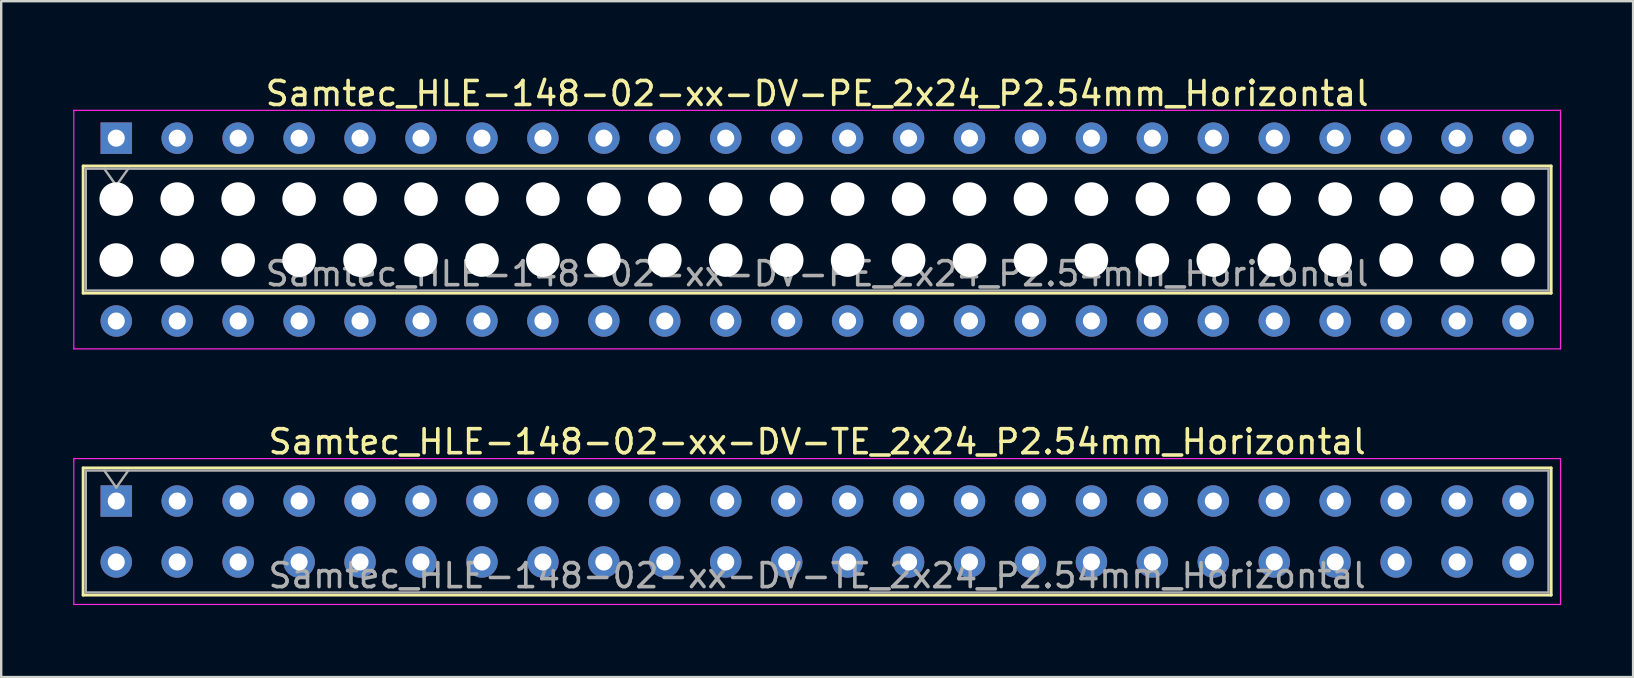
<source format=kicad_pcb>
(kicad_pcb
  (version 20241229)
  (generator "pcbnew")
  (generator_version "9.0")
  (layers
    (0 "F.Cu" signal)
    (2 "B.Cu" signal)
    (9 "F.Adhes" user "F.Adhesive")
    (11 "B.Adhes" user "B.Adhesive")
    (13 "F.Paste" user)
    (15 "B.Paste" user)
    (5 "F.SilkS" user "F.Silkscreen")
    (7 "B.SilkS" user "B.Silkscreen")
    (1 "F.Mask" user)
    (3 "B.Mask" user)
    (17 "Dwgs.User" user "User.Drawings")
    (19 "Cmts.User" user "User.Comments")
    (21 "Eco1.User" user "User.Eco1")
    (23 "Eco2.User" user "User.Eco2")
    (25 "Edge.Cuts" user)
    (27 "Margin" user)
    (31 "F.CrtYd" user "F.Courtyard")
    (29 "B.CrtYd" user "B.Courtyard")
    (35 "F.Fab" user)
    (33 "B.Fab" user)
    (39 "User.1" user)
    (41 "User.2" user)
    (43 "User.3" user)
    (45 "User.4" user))
  (footprint "Samtec_HLE-148-02-xx-DV-TE_2x24_P2.54mm_Horizontal"
    (layer "F.Cu")
    (at 1.795 17.831)
    (property "Reference" "Samtec_HLE-148-02-xx-DV-TE_2x24_P2.54mm_Horizontal" (at 29.21 -2.47 0) (layer "F.SilkS") (effects (font (size 1 1) (thickness 0.15))))
    (attr through_hole)
    (fp_line (start -1.38 -1.38) (end 59.8 -1.38) (stroke (width 0.12) (type solid)) (layer "F.SilkS"))
    (fp_line (start -1.38 3.92) (end -1.38 -1.38) (stroke (width 0.12) (type solid)) (layer "F.SilkS"))
    (fp_line (start 59.8 -1.38) (end 59.8 3.92) (stroke (width 0.12) (type solid)) (layer "F.SilkS"))
    (fp_line (start 59.8 3.92) (end -1.38 3.92) (stroke (width 0.12) (type solid)) (layer "F.SilkS"))
    (fp_line (start -1.77 -1.77) (end 60.19 -1.77) (stroke (width 0.05) (type solid)) (layer "F.CrtYd"))
    (fp_line (start -1.77 4.31) (end -1.77 -1.77) (stroke (width 0.05) (type solid)) (layer "F.CrtYd"))
    (fp_line (start 60.19 -1.77) (end 60.19 4.31) (stroke (width 0.05) (type solid)) (layer "F.CrtYd"))
    (fp_line (start 60.19 4.31) (end -1.77 4.31) (stroke (width 0.05) (type solid)) (layer "F.CrtYd"))
    (fp_line (start -1.27 -1.27) (end 59.69 -1.27) (stroke (width 0.1) (type solid)) (layer "F.Fab"))
    (fp_line (start -1.27 3.81) (end -1.27 -1.27) (stroke (width 0.1) (type solid)) (layer "F.Fab"))
    (fp_line (start -0.5 -1.27) (end 0 -0.563) (stroke (width 0.1) (type solid)) (layer "F.Fab"))
    (fp_line (start 0 -0.563) (end 0.5 -1.27) (stroke (width 0.1) (type solid)) (layer "F.Fab"))
    (fp_line (start 59.69 -1.27) (end 59.69 3.81) (stroke (width 0.1) (type solid)) (layer "F.Fab"))
    (fp_line (start 59.69 3.81) (end -1.27 3.81) (stroke (width 0.1) (type solid)) (layer "F.Fab"))
    (fp_text user "${REFERENCE}" (at 29.21 3.11 0) (layer "F.Fab") (effects (font (size 1 1) (thickness 0.15))))
    (pad "1" thru_hole rect (at 0 0) (size 1.31 1.31) (drill 0.71) (layers "*.Cu" "*.Mask"))
    (pad "2" thru_hole circle (at 0 2.54) (size 1.31 1.31) (drill 0.71) (layers "*.Cu" "*.Mask"))
    (pad "3" thru_hole circle (at 2.54 0) (size 1.31 1.31) (drill 0.71) (layers "*.Cu" "*.Mask"))
    (pad "4" thru_hole circle (at 2.54 2.54) (size 1.31 1.31) (drill 0.71) (layers "*.Cu" "*.Mask"))
    (pad "5" thru_hole circle (at 5.08 0) (size 1.31 1.31) (drill 0.71) (layers "*.Cu" "*.Mask"))
    (pad "6" thru_hole circle (at 5.08 2.54) (size 1.31 1.31) (drill 0.71) (layers "*.Cu" "*.Mask"))
    (pad "7" thru_hole circle (at 7.62 0) (size 1.31 1.31) (drill 0.71) (layers "*.Cu" "*.Mask"))
    (pad "8" thru_hole circle (at 7.62 2.54) (size 1.31 1.31) (drill 0.71) (layers "*.Cu" "*.Mask"))
    (pad "9" thru_hole circle (at 10.16 0) (size 1.31 1.31) (drill 0.71) (layers "*.Cu" "*.Mask"))
    (pad "10" thru_hole circle (at 10.16 2.54) (size 1.31 1.31) (drill 0.71) (layers "*.Cu" "*.Mask"))
    (pad "11" thru_hole circle (at 12.7 0) (size 1.31 1.31) (drill 0.71) (layers "*.Cu" "*.Mask"))
    (pad "12" thru_hole circle (at 12.7 2.54) (size 1.31 1.31) (drill 0.71) (layers "*.Cu" "*.Mask"))
    (pad "13" thru_hole circle (at 15.24 0) (size 1.31 1.31) (drill 0.71) (layers "*.Cu" "*.Mask"))
    (pad "14" thru_hole circle (at 15.24 2.54) (size 1.31 1.31) (drill 0.71) (layers "*.Cu" "*.Mask"))
    (pad "15" thru_hole circle (at 17.78 0) (size 1.31 1.31) (drill 0.71) (layers "*.Cu" "*.Mask"))
    (pad "16" thru_hole circle (at 17.78 2.54) (size 1.31 1.31) (drill 0.71) (layers "*.Cu" "*.Mask"))
    (pad "17" thru_hole circle (at 20.32 0) (size 1.31 1.31) (drill 0.71) (layers "*.Cu" "*.Mask"))
    (pad "18" thru_hole circle (at 20.32 2.54) (size 1.31 1.31) (drill 0.71) (layers "*.Cu" "*.Mask"))
    (pad "19" thru_hole circle (at 22.86 0) (size 1.31 1.31) (drill 0.71) (layers "*.Cu" "*.Mask"))
    (pad "20" thru_hole circle (at 22.86 2.54) (size 1.31 1.31) (drill 0.71) (layers "*.Cu" "*.Mask"))
    (pad "21" thru_hole circle (at 25.4 0) (size 1.31 1.31) (drill 0.71) (layers "*.Cu" "*.Mask"))
    (pad "22" thru_hole circle (at 25.4 2.54) (size 1.31 1.31) (drill 0.71) (layers "*.Cu" "*.Mask"))
    (pad "23" thru_hole circle (at 27.94 0) (size 1.31 1.31) (drill 0.71) (layers "*.Cu" "*.Mask"))
    (pad "24" thru_hole circle (at 27.94 2.54) (size 1.31 1.31) (drill 0.71) (layers "*.Cu" "*.Mask"))
    (pad "25" thru_hole circle (at 30.48 0) (size 1.31 1.31) (drill 0.71) (layers "*.Cu" "*.Mask"))
    (pad "26" thru_hole circle (at 30.48 2.54) (size 1.31 1.31) (drill 0.71) (layers "*.Cu" "*.Mask"))
    (pad "27" thru_hole circle (at 33.02 0) (size 1.31 1.31) (drill 0.71) (layers "*.Cu" "*.Mask"))
    (pad "28" thru_hole circle (at 33.02 2.54) (size 1.31 1.31) (drill 0.71) (layers "*.Cu" "*.Mask"))
    (pad "29" thru_hole circle (at 35.56 0) (size 1.31 1.31) (drill 0.71) (layers "*.Cu" "*.Mask"))
    (pad "30" thru_hole circle (at 35.56 2.54) (size 1.31 1.31) (drill 0.71) (layers "*.Cu" "*.Mask"))
    (pad "31" thru_hole circle (at 38.1 0) (size 1.31 1.31) (drill 0.71) (layers "*.Cu" "*.Mask"))
    (pad "32" thru_hole circle (at 38.1 2.54) (size 1.31 1.31) (drill 0.71) (layers "*.Cu" "*.Mask"))
    (pad "33" thru_hole circle (at 40.64 0) (size 1.31 1.31) (drill 0.71) (layers "*.Cu" "*.Mask"))
    (pad "34" thru_hole circle (at 40.64 2.54) (size 1.31 1.31) (drill 0.71) (layers "*.Cu" "*.Mask"))
    (pad "35" thru_hole circle (at 43.18 0) (size 1.31 1.31) (drill 0.71) (layers "*.Cu" "*.Mask"))
    (pad "36" thru_hole circle (at 43.18 2.54) (size 1.31 1.31) (drill 0.71) (layers "*.Cu" "*.Mask"))
    (pad "37" thru_hole circle (at 45.72 0) (size 1.31 1.31) (drill 0.71) (layers "*.Cu" "*.Mask"))
    (pad "38" thru_hole circle (at 45.72 2.54) (size 1.31 1.31) (drill 0.71) (layers "*.Cu" "*.Mask"))
    (pad "39" thru_hole circle (at 48.26 0) (size 1.31 1.31) (drill 0.71) (layers "*.Cu" "*.Mask"))
    (pad "40" thru_hole circle (at 48.26 2.54) (size 1.31 1.31) (drill 0.71) (layers "*.Cu" "*.Mask"))
    (pad "41" thru_hole circle (at 50.8 0) (size 1.31 1.31) (drill 0.71) (layers "*.Cu" "*.Mask"))
    (pad "42" thru_hole circle (at 50.8 2.54) (size 1.31 1.31) (drill 0.71) (layers "*.Cu" "*.Mask"))
    (pad "43" thru_hole circle (at 53.34 0) (size 1.31 1.31) (drill 0.71) (layers "*.Cu" "*.Mask"))
    (pad "44" thru_hole circle (at 53.34 2.54) (size 1.31 1.31) (drill 0.71) (layers "*.Cu" "*.Mask"))
    (pad "45" thru_hole circle (at 55.88 0) (size 1.31 1.31) (drill 0.71) (layers "*.Cu" "*.Mask"))
    (pad "46" thru_hole circle (at 55.88 2.54) (size 1.31 1.31) (drill 0.71) (layers "*.Cu" "*.Mask"))
    (pad "47" thru_hole circle (at 58.42 0) (size 1.31 1.31) (drill 0.71) (layers "*.Cu" "*.Mask"))
    (pad "48" thru_hole circle (at 58.42 2.54) (size 1.31 1.31) (drill 0.71) (layers "*.Cu" "*.Mask")))
  (footprint "Samtec_HLE-148-02-xx-DV-PE_2x24_P2.54mm_Horizontal"
    (layer "F.Cu")
    (at 1.795 2.708)
    (property "Reference" "Samtec_HLE-148-02-xx-DV-PE_2x24_P2.54mm_Horizontal" (at 29.21 -1.86 0) (layer "F.SilkS") (effects (font (size 1 1) (thickness 0.15))))
    (attr through_hole)
    (fp_line (start -1.38 1.16) (end 59.8 1.16) (stroke (width 0.12) (type solid)) (layer "F.SilkS"))
    (fp_line (start -1.38 6.46) (end -1.38 1.16) (stroke (width 0.12) (type solid)) (layer "F.SilkS"))
    (fp_line (start 59.8 1.16) (end 59.8 6.46) (stroke (width 0.12) (type solid)) (layer "F.SilkS"))
    (fp_line (start 59.8 6.46) (end -1.38 6.46) (stroke (width 0.12) (type solid)) (layer "F.SilkS"))
    (fp_line (start -1.77 -1.16) (end 60.19 -1.16) (stroke (width 0.05) (type solid)) (layer "F.CrtYd"))
    (fp_line (start -1.77 8.78) (end -1.77 -1.16) (stroke (width 0.05) (type solid)) (layer "F.CrtYd"))
    (fp_line (start 60.19 -1.16) (end 60.19 8.78) (stroke (width 0.05) (type solid)) (layer "F.CrtYd"))
    (fp_line (start 60.19 8.78) (end -1.77 8.78) (stroke (width 0.05) (type solid)) (layer "F.CrtYd"))
    (fp_line (start -1.27 1.27) (end 59.69 1.27) (stroke (width 0.1) (type solid)) (layer "F.Fab"))
    (fp_line (start -1.27 6.35) (end -1.27 1.27) (stroke (width 0.1) (type solid)) (layer "F.Fab"))
    (fp_line (start -0.5 1.27) (end 0 1.977) (stroke (width 0.1) (type solid)) (layer "F.Fab"))
    (fp_line (start 0 1.977) (end 0.5 1.27) (stroke (width 0.1) (type solid)) (layer "F.Fab"))
    (fp_line (start 59.69 1.27) (end 59.69 6.35) (stroke (width 0.1) (type solid)) (layer "F.Fab"))
    (fp_line (start 59.69 6.35) (end -1.27 6.35) (stroke (width 0.1) (type solid)) (layer "F.Fab"))
    (fp_text user "${REFERENCE}" (at 29.21 5.65 0) (layer "F.Fab") (effects (font (size 1 1) (thickness 0.15))))
    (pad "" np_thru_hole circle (at 0 2.54) (size 1.4 1.4) (drill 1.4) (layers "*.Cu" "*.Mask"))
    (pad "" np_thru_hole circle (at 0 5.08) (size 1.4 1.4) (drill 1.4) (layers "*.Cu" "*.Mask"))
    (pad "" np_thru_hole circle (at 2.54 2.54) (size 1.4 1.4) (drill 1.4) (layers "*.Cu" "*.Mask"))
    (pad "" np_thru_hole circle (at 2.54 5.08) (size 1.4 1.4) (drill 1.4) (layers "*.Cu" "*.Mask"))
    (pad "" np_thru_hole circle (at 5.08 2.54) (size 1.4 1.4) (drill 1.4) (layers "*.Cu" "*.Mask"))
    (pad "" np_thru_hole circle (at 5.08 5.08) (size 1.4 1.4) (drill 1.4) (layers "*.Cu" "*.Mask"))
    (pad "" np_thru_hole circle (at 7.62 2.54) (size 1.4 1.4) (drill 1.4) (layers "*.Cu" "*.Mask"))
    (pad "" np_thru_hole circle (at 7.62 5.08) (size 1.4 1.4) (drill 1.4) (layers "*.Cu" "*.Mask"))
    (pad "" np_thru_hole circle (at 10.16 2.54) (size 1.4 1.4) (drill 1.4) (layers "*.Cu" "*.Mask"))
    (pad "" np_thru_hole circle (at 10.16 5.08) (size 1.4 1.4) (drill 1.4) (layers "*.Cu" "*.Mask"))
    (pad "" np_thru_hole circle (at 12.7 2.54) (size 1.4 1.4) (drill 1.4) (layers "*.Cu" "*.Mask"))
    (pad "" np_thru_hole circle (at 12.7 5.08) (size 1.4 1.4) (drill 1.4) (layers "*.Cu" "*.Mask"))
    (pad "" np_thru_hole circle (at 15.24 2.54) (size 1.4 1.4) (drill 1.4) (layers "*.Cu" "*.Mask"))
    (pad "" np_thru_hole circle (at 15.24 5.08) (size 1.4 1.4) (drill 1.4) (layers "*.Cu" "*.Mask"))
    (pad "" np_thru_hole circle (at 17.78 2.54) (size 1.4 1.4) (drill 1.4) (layers "*.Cu" "*.Mask"))
    (pad "" np_thru_hole circle (at 17.78 5.08) (size 1.4 1.4) (drill 1.4) (layers "*.Cu" "*.Mask"))
    (pad "" np_thru_hole circle (at 20.32 2.54) (size 1.4 1.4) (drill 1.4) (layers "*.Cu" "*.Mask"))
    (pad "" np_thru_hole circle (at 20.32 5.08) (size 1.4 1.4) (drill 1.4) (layers "*.Cu" "*.Mask"))
    (pad "" np_thru_hole circle (at 22.86 2.54) (size 1.4 1.4) (drill 1.4) (layers "*.Cu" "*.Mask"))
    (pad "" np_thru_hole circle (at 22.86 5.08) (size 1.4 1.4) (drill 1.4) (layers "*.Cu" "*.Mask"))
    (pad "" np_thru_hole circle (at 25.4 2.54) (size 1.4 1.4) (drill 1.4) (layers "*.Cu" "*.Mask"))
    (pad "" np_thru_hole circle (at 25.4 5.08) (size 1.4 1.4) (drill 1.4) (layers "*.Cu" "*.Mask"))
    (pad "" np_thru_hole circle (at 27.94 2.54) (size 1.4 1.4) (drill 1.4) (layers "*.Cu" "*.Mask"))
    (pad "" np_thru_hole circle (at 27.94 5.08) (size 1.4 1.4) (drill 1.4) (layers "*.Cu" "*.Mask"))
    (pad "" np_thru_hole circle (at 30.48 2.54) (size 1.4 1.4) (drill 1.4) (layers "*.Cu" "*.Mask"))
    (pad "" np_thru_hole circle (at 30.48 5.08) (size 1.4 1.4) (drill 1.4) (layers "*.Cu" "*.Mask"))
    (pad "" np_thru_hole circle (at 33.02 2.54) (size 1.4 1.4) (drill 1.4) (layers "*.Cu" "*.Mask"))
    (pad "" np_thru_hole circle (at 33.02 5.08) (size 1.4 1.4) (drill 1.4) (layers "*.Cu" "*.Mask"))
    (pad "" np_thru_hole circle (at 35.56 2.54) (size 1.4 1.4) (drill 1.4) (layers "*.Cu" "*.Mask"))
    (pad "" np_thru_hole circle (at 35.56 5.08) (size 1.4 1.4) (drill 1.4) (layers "*.Cu" "*.Mask"))
    (pad "" np_thru_hole circle (at 38.1 2.54) (size 1.4 1.4) (drill 1.4) (layers "*.Cu" "*.Mask"))
    (pad "" np_thru_hole circle (at 38.1 5.08) (size 1.4 1.4) (drill 1.4) (layers "*.Cu" "*.Mask"))
    (pad "" np_thru_hole circle (at 40.64 2.54) (size 1.4 1.4) (drill 1.4) (layers "*.Cu" "*.Mask"))
    (pad "" np_thru_hole circle (at 40.64 5.08) (size 1.4 1.4) (drill 1.4) (layers "*.Cu" "*.Mask"))
    (pad "" np_thru_hole circle (at 43.18 2.54) (size 1.4 1.4) (drill 1.4) (layers "*.Cu" "*.Mask"))
    (pad "" np_thru_hole circle (at 43.18 5.08) (size 1.4 1.4) (drill 1.4) (layers "*.Cu" "*.Mask"))
    (pad "" np_thru_hole circle (at 45.72 2.54) (size 1.4 1.4) (drill 1.4) (layers "*.Cu" "*.Mask"))
    (pad "" np_thru_hole circle (at 45.72 5.08) (size 1.4 1.4) (drill 1.4) (layers "*.Cu" "*.Mask"))
    (pad "" np_thru_hole circle (at 48.26 2.54) (size 1.4 1.4) (drill 1.4) (layers "*.Cu" "*.Mask"))
    (pad "" np_thru_hole circle (at 48.26 5.08) (size 1.4 1.4) (drill 1.4) (layers "*.Cu" "*.Mask"))
    (pad "" np_thru_hole circle (at 50.8 2.54) (size 1.4 1.4) (drill 1.4) (layers "*.Cu" "*.Mask"))
    (pad "" np_thru_hole circle (at 50.8 5.08) (size 1.4 1.4) (drill 1.4) (layers "*.Cu" "*.Mask"))
    (pad "" np_thru_hole circle (at 53.34 2.54) (size 1.4 1.4) (drill 1.4) (layers "*.Cu" "*.Mask"))
    (pad "" np_thru_hole circle (at 53.34 5.08) (size 1.4 1.4) (drill 1.4) (layers "*.Cu" "*.Mask"))
    (pad "" np_thru_hole circle (at 55.88 2.54) (size 1.4 1.4) (drill 1.4) (layers "*.Cu" "*.Mask"))
    (pad "" np_thru_hole circle (at 55.88 5.08) (size 1.4 1.4) (drill 1.4) (layers "*.Cu" "*.Mask"))
    (pad "" np_thru_hole circle (at 58.42 2.54) (size 1.4 1.4) (drill 1.4) (layers "*.Cu" "*.Mask"))
    (pad "" np_thru_hole circle (at 58.42 5.08) (size 1.4 1.4) (drill 1.4) (layers "*.Cu" "*.Mask"))
    (pad "1" thru_hole rect (at 0 0) (size 1.31 1.31) (drill 0.71) (layers "*.Cu" "*.Mask"))
    (pad "2" thru_hole circle (at 0 7.62) (size 1.31 1.31) (drill 0.71) (layers "*.Cu" "*.Mask"))
    (pad "3" thru_hole circle (at 2.54 0) (size 1.31 1.31) (drill 0.71) (layers "*.Cu" "*.Mask"))
    (pad "4" thru_hole circle (at 2.54 7.62) (size 1.31 1.31) (drill 0.71) (layers "*.Cu" "*.Mask"))
    (pad "5" thru_hole circle (at 5.08 0) (size 1.31 1.31) (drill 0.71) (layers "*.Cu" "*.Mask"))
    (pad "6" thru_hole circle (at 5.08 7.62) (size 1.31 1.31) (drill 0.71) (layers "*.Cu" "*.Mask"))
    (pad "7" thru_hole circle (at 7.62 0) (size 1.31 1.31) (drill 0.71) (layers "*.Cu" "*.Mask"))
    (pad "8" thru_hole circle (at 7.62 7.62) (size 1.31 1.31) (drill 0.71) (layers "*.Cu" "*.Mask"))
    (pad "9" thru_hole circle (at 10.16 0) (size 1.31 1.31) (drill 0.71) (layers "*.Cu" "*.Mask"))
    (pad "10" thru_hole circle (at 10.16 7.62) (size 1.31 1.31) (drill 0.71) (layers "*.Cu" "*.Mask"))
    (pad "11" thru_hole circle (at 12.7 0) (size 1.31 1.31) (drill 0.71) (layers "*.Cu" "*.Mask"))
    (pad "12" thru_hole circle (at 12.7 7.62) (size 1.31 1.31) (drill 0.71) (layers "*.Cu" "*.Mask"))
    (pad "13" thru_hole circle (at 15.24 0) (size 1.31 1.31) (drill 0.71) (layers "*.Cu" "*.Mask"))
    (pad "14" thru_hole circle (at 15.24 7.62) (size 1.31 1.31) (drill 0.71) (layers "*.Cu" "*.Mask"))
    (pad "15" thru_hole circle (at 17.78 0) (size 1.31 1.31) (drill 0.71) (layers "*.Cu" "*.Mask"))
    (pad "16" thru_hole circle (at 17.78 7.62) (size 1.31 1.31) (drill 0.71) (layers "*.Cu" "*.Mask"))
    (pad "17" thru_hole circle (at 20.32 0) (size 1.31 1.31) (drill 0.71) (layers "*.Cu" "*.Mask"))
    (pad "18" thru_hole circle (at 20.32 7.62) (size 1.31 1.31) (drill 0.71) (layers "*.Cu" "*.Mask"))
    (pad "19" thru_hole circle (at 22.86 0) (size 1.31 1.31) (drill 0.71) (layers "*.Cu" "*.Mask"))
    (pad "20" thru_hole circle (at 22.86 7.62) (size 1.31 1.31) (drill 0.71) (layers "*.Cu" "*.Mask"))
    (pad "21" thru_hole circle (at 25.4 0) (size 1.31 1.31) (drill 0.71) (layers "*.Cu" "*.Mask"))
    (pad "22" thru_hole circle (at 25.4 7.62) (size 1.31 1.31) (drill 0.71) (layers "*.Cu" "*.Mask"))
    (pad "23" thru_hole circle (at 27.94 0) (size 1.31 1.31) (drill 0.71) (layers "*.Cu" "*.Mask"))
    (pad "24" thru_hole circle (at 27.94 7.62) (size 1.31 1.31) (drill 0.71) (layers "*.Cu" "*.Mask"))
    (pad "25" thru_hole circle (at 30.48 0) (size 1.31 1.31) (drill 0.71) (layers "*.Cu" "*.Mask"))
    (pad "26" thru_hole circle (at 30.48 7.62) (size 1.31 1.31) (drill 0.71) (layers "*.Cu" "*.Mask"))
    (pad "27" thru_hole circle (at 33.02 0) (size 1.31 1.31) (drill 0.71) (layers "*.Cu" "*.Mask"))
    (pad "28" thru_hole circle (at 33.02 7.62) (size 1.31 1.31) (drill 0.71) (layers "*.Cu" "*.Mask"))
    (pad "29" thru_hole circle (at 35.56 0) (size 1.31 1.31) (drill 0.71) (layers "*.Cu" "*.Mask"))
    (pad "30" thru_hole circle (at 35.56 7.62) (size 1.31 1.31) (drill 0.71) (layers "*.Cu" "*.Mask"))
    (pad "31" thru_hole circle (at 38.1 0) (size 1.31 1.31) (drill 0.71) (layers "*.Cu" "*.Mask"))
    (pad "32" thru_hole circle (at 38.1 7.62) (size 1.31 1.31) (drill 0.71) (layers "*.Cu" "*.Mask"))
    (pad "33" thru_hole circle (at 40.64 0) (size 1.31 1.31) (drill 0.71) (layers "*.Cu" "*.Mask"))
    (pad "34" thru_hole circle (at 40.64 7.62) (size 1.31 1.31) (drill 0.71) (layers "*.Cu" "*.Mask"))
    (pad "35" thru_hole circle (at 43.18 0) (size 1.31 1.31) (drill 0.71) (layers "*.Cu" "*.Mask"))
    (pad "36" thru_hole circle (at 43.18 7.62) (size 1.31 1.31) (drill 0.71) (layers "*.Cu" "*.Mask"))
    (pad "37" thru_hole circle (at 45.72 0) (size 1.31 1.31) (drill 0.71) (layers "*.Cu" "*.Mask"))
    (pad "38" thru_hole circle (at 45.72 7.62) (size 1.31 1.31) (drill 0.71) (layers "*.Cu" "*.Mask"))
    (pad "39" thru_hole circle (at 48.26 0) (size 1.31 1.31) (drill 0.71) (layers "*.Cu" "*.Mask"))
    (pad "40" thru_hole circle (at 48.26 7.62) (size 1.31 1.31) (drill 0.71) (layers "*.Cu" "*.Mask"))
    (pad "41" thru_hole circle (at 50.8 0) (size 1.31 1.31) (drill 0.71) (layers "*.Cu" "*.Mask"))
    (pad "42" thru_hole circle (at 50.8 7.62) (size 1.31 1.31) (drill 0.71) (layers "*.Cu" "*.Mask"))
    (pad "43" thru_hole circle (at 53.34 0) (size 1.31 1.31) (drill 0.71) (layers "*.Cu" "*.Mask"))
    (pad "44" thru_hole circle (at 53.34 7.62) (size 1.31 1.31) (drill 0.71) (layers "*.Cu" "*.Mask"))
    (pad "45" thru_hole circle (at 55.88 0) (size 1.31 1.31) (drill 0.71) (layers "*.Cu" "*.Mask"))
    (pad "46" thru_hole circle (at 55.88 7.62) (size 1.31 1.31) (drill 0.71) (layers "*.Cu" "*.Mask"))
    (pad "47" thru_hole circle (at 58.42 0) (size 1.31 1.31) (drill 0.71) (layers "*.Cu" "*.Mask"))
    (pad "48" thru_hole circle (at 58.42 7.62) (size 1.31 1.31) (drill 0.71) (layers "*.Cu" "*.Mask")))
  (gr_rect
    (start -3 -3)
    (end 65.01 25.166)
    (stroke (width 0.1) (type default))
    (fill no)
    (layer "Edge.Cuts")))
</source>
